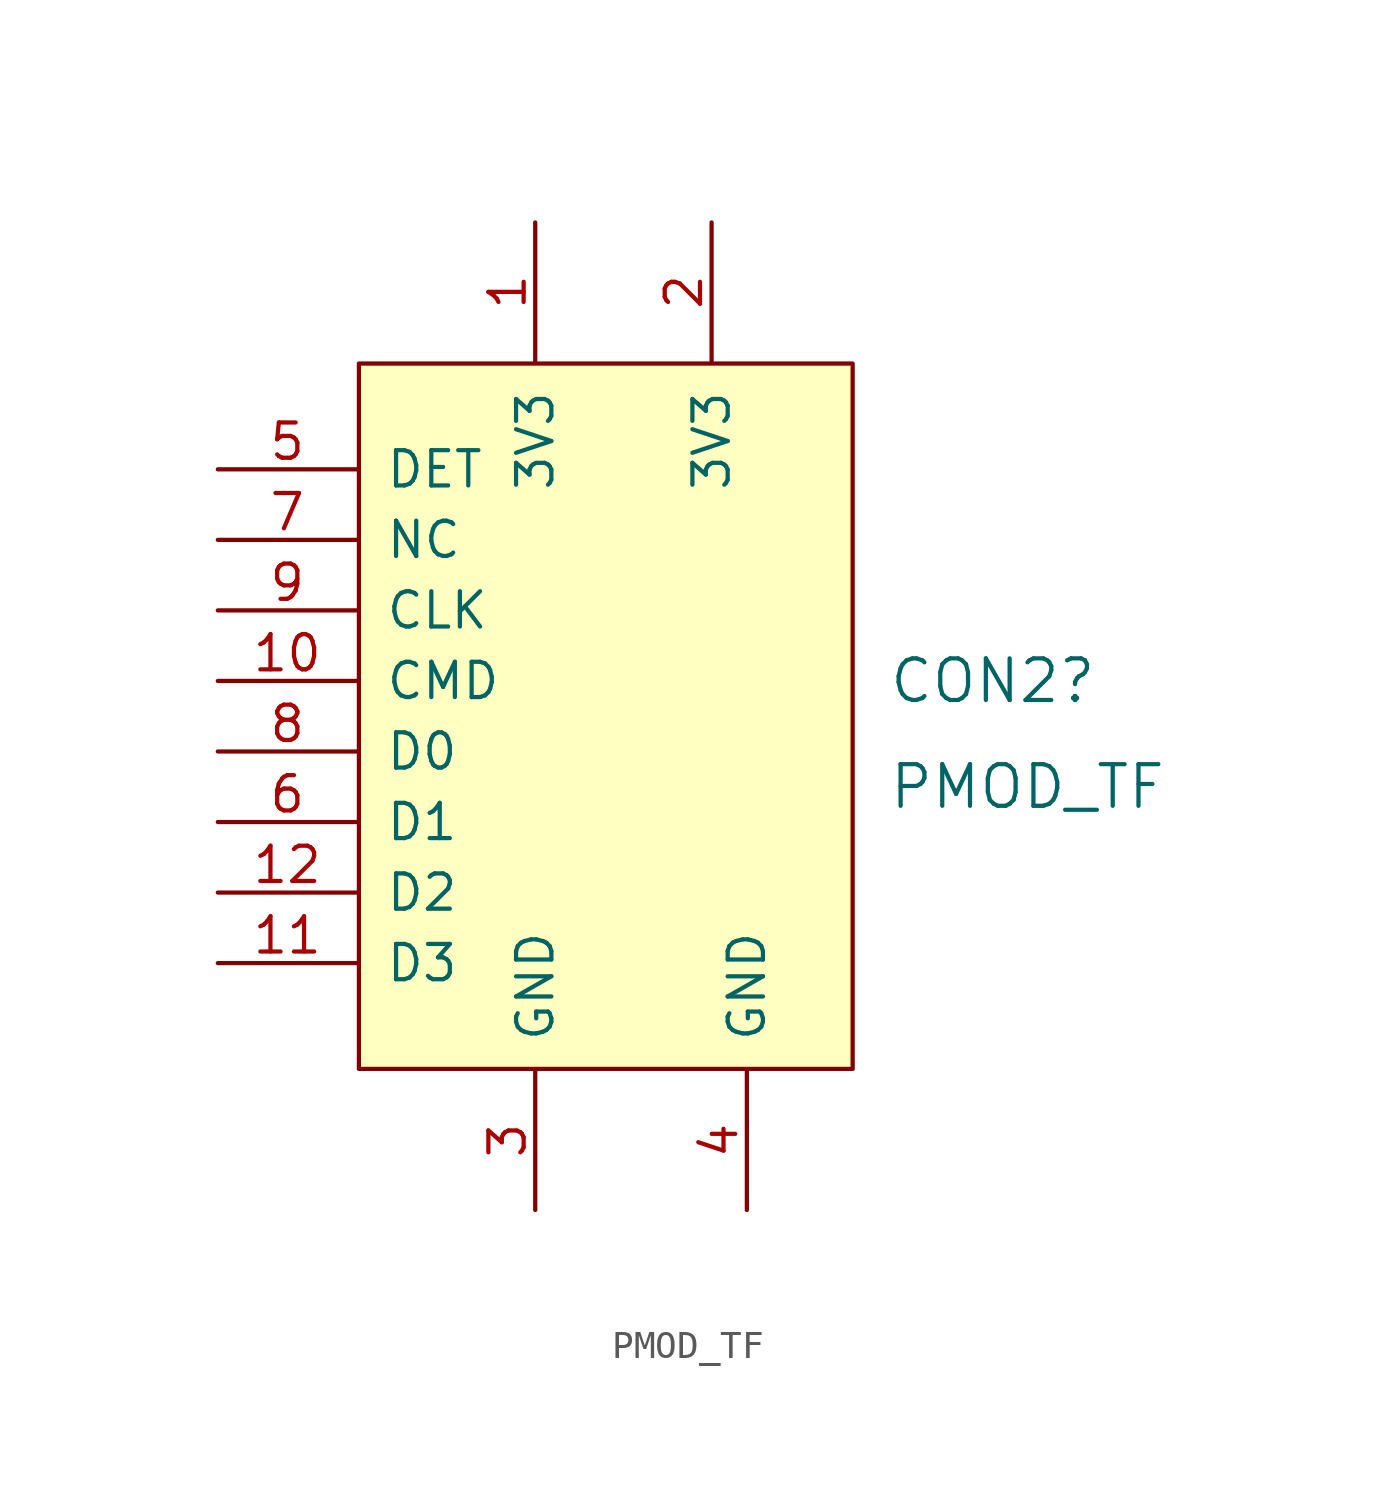
<source format=kicad_sym>
(kicad_symbol_lib
  (version 20231120)
  (generator "kicad_symbol_editor")
  (generator_version "8.0")
  (symbol "PMOD_TF"
    (pin_names
      (offset 1.016))
    (property "Reference" "CON2"
      (at 10.16 1.27 0)
      (effects (font (size 1.499 1.499)) (justify left)))
    (property "Value" "PMOD_TF"
      (at 10.16 -2.54 0)
      (effects (font (size 1.499 1.499)) (justify left)))
    (symbol "PMOD_TF_1_0"
      (pin bidirectional line (at -2.54 17.78 270) (length 5) (name "3V3" (effects (font (size 1.27 1.27)))) (number "1" (effects (font (size 1.27 1.27)))))
      (pin bidirectional line (at -13.97 1.27 0) (length 5) (name "CMD" (effects (font (size 1.27 1.27)))) (number "10" (effects (font (size 1.27 1.27)))))
      (pin bidirectional line (at -13.97 -8.89 0) (length 5) (name "D3" (effects (font (size 1.27 1.27)))) (number "11" (effects (font (size 1.27 1.27)))))
      (pin bidirectional line (at -13.97 -6.35 0) (length 5) (name "D2" (effects (font (size 1.27 1.27)))) (number "12" (effects (font (size 1.27 1.27)))))
      (pin bidirectional line (at 3.81 17.78 270) (length 5) (name "3V3" (effects (font (size 1.27 1.27)))) (number "2" (effects (font (size 1.27 1.27)))))
      (pin bidirectional line (at -2.54 -17.78 90) (length 5) (name "GND" (effects (font (size 1.27 1.27)))) (number "3" (effects (font (size 1.27 1.27)))))
      (pin bidirectional line (at 5.08 -17.78 90) (length 5) (name "GND" (effects (font (size 1.27 1.27)))) (number "4" (effects (font (size 1.27 1.27)))))
      (pin bidirectional line (at -13.97 8.89 0) (length 5) (name "DET" (effects (font (size 1.27 1.27)))) (number "5" (effects (font (size 1.27 1.27)))))
      (pin bidirectional line (at -13.97 -3.81 0) (length 5) (name "D1" (effects (font (size 1.27 1.27)))) (number "6" (effects (font (size 1.27 1.27)))))
      (pin bidirectional line (at -13.97 6.35 0) (length 5) (name "NC" (effects (font (size 1.27 1.27)))) (number "7" (effects (font (size 1.27 1.27)))))
      (pin bidirectional line (at -13.97 -1.27 0) (length 5) (name "D0" (effects (font (size 1.27 1.27)))) (number "8" (effects (font (size 1.27 1.27)))))
      (pin bidirectional line (at -13.97 3.81 0) (length 5) (name "CLK" (effects (font (size 1.27 1.27)))) (number "9" (effects (font (size 1.27 1.27))))))
    (symbol "PMOD_TF_1_1"
      (rectangle (start -8.89 12.7) (end 8.89 -12.7) (stroke (width 0) (type default)) (fill (type background))))))
</source>
